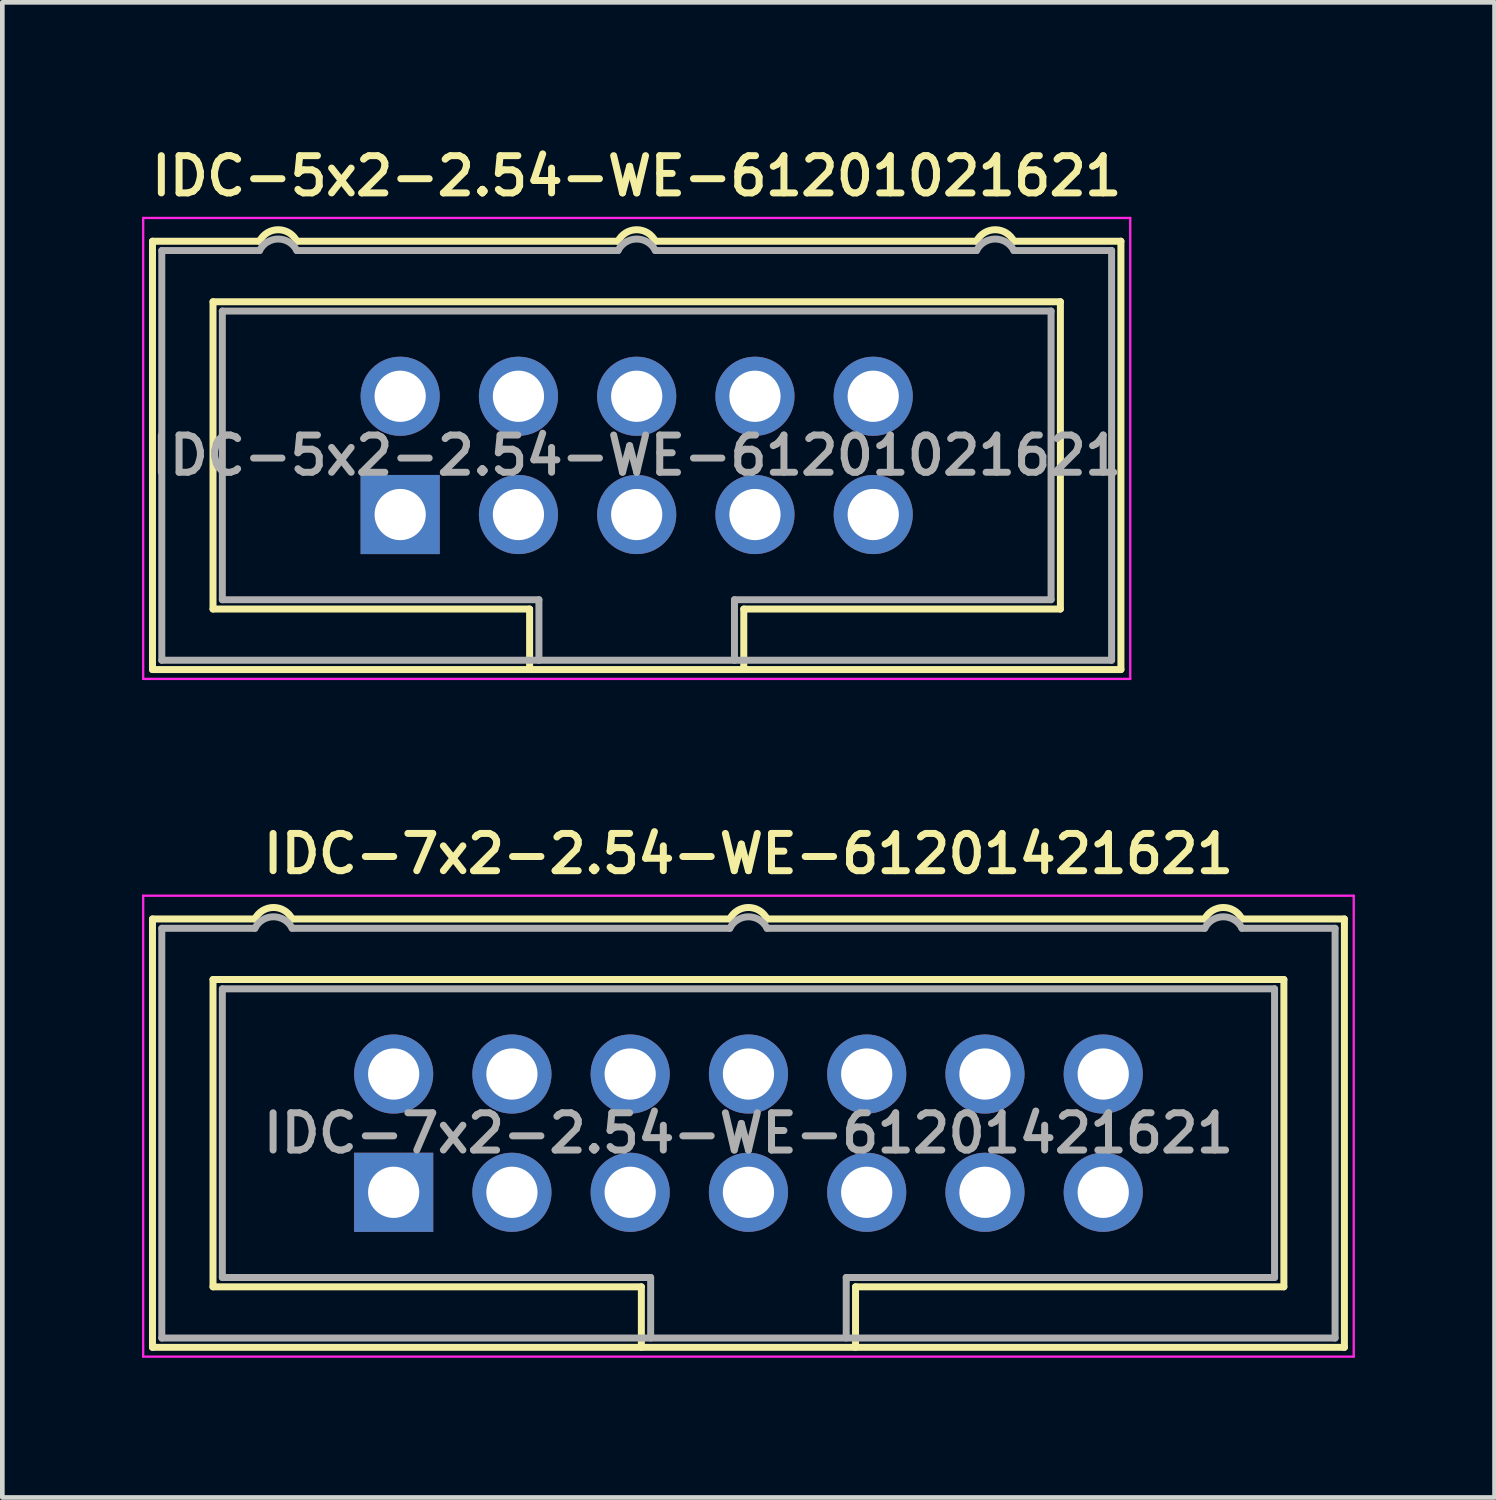
<source format=kicad_pcb>
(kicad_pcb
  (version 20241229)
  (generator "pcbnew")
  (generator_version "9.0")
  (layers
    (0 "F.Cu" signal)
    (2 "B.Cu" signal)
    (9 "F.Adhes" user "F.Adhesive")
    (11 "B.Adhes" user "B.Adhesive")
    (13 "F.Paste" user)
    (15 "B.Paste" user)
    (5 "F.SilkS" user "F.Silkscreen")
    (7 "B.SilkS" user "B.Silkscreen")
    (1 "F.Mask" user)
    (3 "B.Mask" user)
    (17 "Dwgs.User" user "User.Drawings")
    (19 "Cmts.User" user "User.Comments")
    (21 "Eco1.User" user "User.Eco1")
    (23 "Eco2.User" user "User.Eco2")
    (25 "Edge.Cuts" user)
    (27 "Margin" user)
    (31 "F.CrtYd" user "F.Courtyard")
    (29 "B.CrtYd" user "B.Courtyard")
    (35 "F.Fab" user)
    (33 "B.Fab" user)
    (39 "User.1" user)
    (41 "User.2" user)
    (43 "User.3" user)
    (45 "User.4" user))
  (footprint "IDC-5x2-2.54-WE-61201021621"
    (layer "F.Cu")
    (at 10.625 6.731)
    (property "Reference" "IDC-5x2-2.54-WE-61201021621" (at 0 -6 0) (layer "F.SilkS") (effects (font (size 0.8 0.8) (thickness 0.15))))
    (attr through_hole)
    (fp_line (start -10.4 -4.6) (end -8.1 -4.6) (stroke (width 0.15) (type solid)) (layer "F.SilkS"))
    (fp_line (start -10.4 4.6) (end -10.4 -4.6) (stroke (width 0.15) (type solid)) (layer "F.SilkS"))
    (fp_line (start -10.4 4.6) (end 10.4 4.6) (stroke (width 0.15) (type solid)) (layer "F.SilkS"))
    (fp_line (start -9.1 -3.3) (end 9.1 -3.3) (stroke (width 0.15) (type solid)) (layer "F.SilkS"))
    (fp_line (start -9.1 3.3) (end -9.1 -3.3) (stroke (width 0.15) (type solid)) (layer "F.SilkS"))
    (fp_line (start -7.3 -4.6) (end -0.4 -4.6) (stroke (width 0.15) (type solid)) (layer "F.SilkS"))
    (fp_line (start -2.3 3.3) (end -9.1 3.3) (stroke (width 0.15) (type solid)) (layer "F.SilkS"))
    (fp_line (start -2.3 4.6) (end -2.3 3.3) (stroke (width 0.15) (type solid)) (layer "F.SilkS"))
    (fp_line (start 0.4 -4.6) (end 7.3 -4.6) (stroke (width 0.15) (type solid)) (layer "F.SilkS"))
    (fp_line (start 2.3 4.6) (end 2.3 3.3) (stroke (width 0.15) (type solid)) (layer "F.SilkS"))
    (fp_line (start 8.1 -4.6) (end 10.4 -4.6) (stroke (width 0.15) (type solid)) (layer "F.SilkS"))
    (fp_line (start 9.1 -3.3) (end 9.1 3.3) (stroke (width 0.15) (type solid)) (layer "F.SilkS"))
    (fp_line (start 9.1 3.3) (end 2.3 3.3) (stroke (width 0.15) (type solid)) (layer "F.SilkS"))
    (fp_line (start 10.4 4.6) (end 10.4 -4.6) (stroke (width 0.15) (type solid)) (layer "F.SilkS"))
    (fp_arc (start -8.1 -4.6) (mid -7.7 -4.847214) (end -7.3 -4.6) (stroke (width 0.15) (type solid)) (layer "F.SilkS"))
    (fp_arc (start -0.4 -4.6) (mid 0 -4.847214) (end 0.4 -4.6) (stroke (width 0.15) (type solid)) (layer "F.SilkS"))
    (fp_arc (start 7.3 -4.6) (mid 7.7 -4.847214) (end 8.1 -4.6) (stroke (width 0.15) (type solid)) (layer "F.SilkS"))
    (fp_line (start -10.6 -5.1) (end 10.6 -5.1) (stroke (width 0.05) (type solid)) (layer "F.CrtYd"))
    (fp_line (start -10.6 4.8) (end -10.6 -5.1) (stroke (width 0.05) (type solid)) (layer "F.CrtYd"))
    (fp_line (start 10.6 -5.1) (end 10.6 4.8) (stroke (width 0.05) (type solid)) (layer "F.CrtYd"))
    (fp_line (start 10.6 4.8) (end -10.6 4.8) (stroke (width 0.05) (type solid)) (layer "F.CrtYd"))
    (fp_line (start -10.2 -4.4) (end -8.1 -4.4) (stroke (width 0.15) (type solid)) (layer "F.Fab"))
    (fp_line (start -10.2 4.4) (end -10.2 -4.4) (stroke (width 0.15) (type solid)) (layer "F.Fab"))
    (fp_line (start -10.2 4.4) (end 10.2 4.4) (stroke (width 0.15) (type solid)) (layer "F.Fab"))
    (fp_line (start -8.9 -3.1) (end -8.9 3.1) (stroke (width 0.15) (type solid)) (layer "F.Fab"))
    (fp_line (start -8.9 3.1) (end -2.1 3.1) (stroke (width 0.15) (type solid)) (layer "F.Fab"))
    (fp_line (start -7.3 -4.4) (end -0.4 -4.4) (stroke (width 0.15) (type solid)) (layer "F.Fab"))
    (fp_line (start -2.1 3.1) (end -2.1 4.4) (stroke (width 0.15) (type solid)) (layer "F.Fab"))
    (fp_line (start 0.4 -4.4) (end 7.3 -4.4) (stroke (width 0.15) (type solid)) (layer "F.Fab"))
    (fp_line (start 2.1 3.1) (end 8.9 3.1) (stroke (width 0.15) (type solid)) (layer "F.Fab"))
    (fp_line (start 2.1 4.4) (end 2.1 3.1) (stroke (width 0.15) (type solid)) (layer "F.Fab"))
    (fp_line (start 8.1 -4.4) (end 10.2 -4.4) (stroke (width 0.15) (type solid)) (layer "F.Fab"))
    (fp_line (start 8.9 -3.1) (end -8.9 -3.1) (stroke (width 0.15) (type solid)) (layer "F.Fab"))
    (fp_line (start 8.9 3.1) (end 8.9 -3.1) (stroke (width 0.15) (type solid)) (layer "F.Fab"))
    (fp_line (start 10.2 -4.4) (end 10.2 4.4) (stroke (width 0.15) (type solid)) (layer "F.Fab"))
    (fp_arc (start -8.1 -4.4) (mid -7.700273 -4.647214) (end -7.300244 -4.400488) (stroke (width 0.15) (type solid)) (layer "F.Fab"))
    (fp_arc (start -0.4 -4.4) (mid -0.000273 -4.647214) (end 0.399756 -4.400488) (stroke (width 0.15) (type solid)) (layer "F.Fab"))
    (fp_arc (start 7.3 -4.4) (mid 7.699727 -4.647214) (end 8.099756 -4.400488) (stroke (width 0.15) (type solid)) (layer "F.Fab"))
    (fp_text user "${REFERENCE}" (at 0 0 0) (layer "F.Fab") (effects (font (size 0.8 0.8) (thickness 0.15))))
    (pad "1" thru_hole rect (at -5.08 1.27) (size 1.7 1.7) (drill 1.1) (layers "*.Cu" "*.Mask"))
    (pad "2" thru_hole circle (at -5.08 -1.27) (size 1.7 1.7) (drill 1.1) (layers "*.Cu" "*.Mask"))
    (pad "3" thru_hole circle (at -2.54 1.27) (size 1.7 1.7) (drill 1.1) (layers "*.Cu" "*.Mask"))
    (pad "4" thru_hole circle (at -2.54 -1.27) (size 1.7 1.7) (drill 1.1) (layers "*.Cu" "*.Mask"))
    (pad "5" thru_hole circle (at 0 1.27) (size 1.7 1.7) (drill 1.1) (layers "*.Cu" "*.Mask"))
    (pad "6" thru_hole circle (at 0 -1.27) (size 1.7 1.7) (drill 1.1) (layers "*.Cu" "*.Mask"))
    (pad "7" thru_hole circle (at 2.54 1.27) (size 1.7 1.7) (drill 1.1) (layers "*.Cu" "*.Mask"))
    (pad "8" thru_hole circle (at 2.54 -1.27) (size 1.7 1.7) (drill 1.1) (layers "*.Cu" "*.Mask"))
    (pad "9" thru_hole circle (at 5.08 1.27) (size 1.7 1.7) (drill 1.1) (layers "*.Cu" "*.Mask"))
    (pad "10" thru_hole circle (at 5.08 -1.27) (size 1.7 1.7) (drill 1.1) (layers "*.Cu" "*.Mask")))
  (footprint "IDC-7x2-2.54-WE-61201421621"
    (layer "F.Cu")
    (at 13.025 21.288)
    (property "Reference" "IDC-7x2-2.54-WE-61201421621" (at 0 -6 0) (layer "F.SilkS") (effects (font (size 0.8 0.8) (thickness 0.15))))
    (attr through_hole)
    (fp_line (start -12.8 -4.6) (end -10.6 -4.6) (stroke (width 0.15) (type solid)) (layer "F.SilkS"))
    (fp_line (start -12.8 4.6) (end -12.8 -4.6) (stroke (width 0.15) (type solid)) (layer "F.SilkS"))
    (fp_line (start -12.8 4.6) (end 12.8 4.6) (stroke (width 0.15) (type solid)) (layer "F.SilkS"))
    (fp_line (start -11.5 -3.3) (end 11.5 -3.3) (stroke (width 0.15) (type solid)) (layer "F.SilkS"))
    (fp_line (start -11.5 3.3) (end -11.5 -3.3) (stroke (width 0.15) (type solid)) (layer "F.SilkS"))
    (fp_line (start -9.8 -4.6) (end -0.4 -4.6) (stroke (width 0.15) (type solid)) (layer "F.SilkS"))
    (fp_line (start -2.3 3.3) (end -11.5 3.3) (stroke (width 0.15) (type solid)) (layer "F.SilkS"))
    (fp_line (start -2.3 4.6) (end -2.3 3.3) (stroke (width 0.15) (type solid)) (layer "F.SilkS"))
    (fp_line (start 0.4 -4.6) (end 9.8 -4.6) (stroke (width 0.15) (type solid)) (layer "F.SilkS"))
    (fp_line (start 2.3 4.6) (end 2.3 3.3) (stroke (width 0.15) (type solid)) (layer "F.SilkS"))
    (fp_line (start 10.6 -4.6) (end 12.8 -4.6) (stroke (width 0.15) (type solid)) (layer "F.SilkS"))
    (fp_line (start 11.5 -3.3) (end 11.5 3.3) (stroke (width 0.15) (type solid)) (layer "F.SilkS"))
    (fp_line (start 11.5 3.3) (end 2.3 3.3) (stroke (width 0.15) (type solid)) (layer "F.SilkS"))
    (fp_line (start 12.8 4.6) (end 12.8 -4.6) (stroke (width 0.15) (type solid)) (layer "F.SilkS"))
    (fp_arc (start -10.6 -4.6) (mid -10.2 -4.847214) (end -9.8 -4.6) (stroke (width 0.15) (type solid)) (layer "F.SilkS"))
    (fp_arc (start -0.4 -4.6) (mid 0 -4.847214) (end 0.4 -4.6) (stroke (width 0.15) (type solid)) (layer "F.SilkS"))
    (fp_arc (start 9.8 -4.6) (mid 10.2 -4.847214) (end 10.6 -4.6) (stroke (width 0.15) (type solid)) (layer "F.SilkS"))
    (fp_line (start -13 -5.1) (end 13 -5.1) (stroke (width 0.05) (type solid)) (layer "F.CrtYd"))
    (fp_line (start -13 4.8) (end -13 -5.1) (stroke (width 0.05) (type solid)) (layer "F.CrtYd"))
    (fp_line (start 13 -5.1) (end 13 4.8) (stroke (width 0.05) (type solid)) (layer "F.CrtYd"))
    (fp_line (start 13 4.8) (end -13 4.8) (stroke (width 0.05) (type solid)) (layer "F.CrtYd"))
    (fp_line (start -12.6 -4.4) (end -10.6 -4.4) (stroke (width 0.15) (type solid)) (layer "F.Fab"))
    (fp_line (start -12.6 4.4) (end -12.6 -4.4) (stroke (width 0.15) (type solid)) (layer "F.Fab"))
    (fp_line (start -12.6 4.4) (end 12.6 4.4) (stroke (width 0.15) (type solid)) (layer "F.Fab"))
    (fp_line (start -11.3 -3.1) (end -11.3 3.1) (stroke (width 0.15) (type solid)) (layer "F.Fab"))
    (fp_line (start -11.3 3.1) (end -2.1 3.1) (stroke (width 0.15) (type solid)) (layer "F.Fab"))
    (fp_line (start -9.8 -4.4) (end -0.4 -4.4) (stroke (width 0.15) (type solid)) (layer "F.Fab"))
    (fp_line (start -2.1 3.1) (end -2.1 4.4) (stroke (width 0.15) (type solid)) (layer "F.Fab"))
    (fp_line (start 0.4 -4.4) (end 9.8 -4.4) (stroke (width 0.15) (type solid)) (layer "F.Fab"))
    (fp_line (start 2.1 3.1) (end 11.3 3.1) (stroke (width 0.15) (type solid)) (layer "F.Fab"))
    (fp_line (start 2.1 4.4) (end 2.1 3.1) (stroke (width 0.15) (type solid)) (layer "F.Fab"))
    (fp_line (start 10.6 -4.4) (end 12.6 -4.4) (stroke (width 0.15) (type solid)) (layer "F.Fab"))
    (fp_line (start 11.3 -3.1) (end -11.3 -3.1) (stroke (width 0.15) (type solid)) (layer "F.Fab"))
    (fp_line (start 11.3 3.1) (end 11.3 -3.1) (stroke (width 0.15) (type solid)) (layer "F.Fab"))
    (fp_line (start 12.6 -4.4) (end 12.6 4.4) (stroke (width 0.15) (type solid)) (layer "F.Fab"))
    (fp_arc (start -10.6 -4.4) (mid -10.200273 -4.647214) (end -9.800244 -4.400488) (stroke (width 0.15) (type solid)) (layer "F.Fab"))
    (fp_arc (start -0.4 -4.4) (mid -0.000273 -4.647214) (end 0.399756 -4.400488) (stroke (width 0.15) (type solid)) (layer "F.Fab"))
    (fp_arc (start 9.800244 -4.4) (mid 10.199971 -4.647214) (end 10.6 -4.400488) (stroke (width 0.15) (type solid)) (layer "F.Fab"))
    (fp_text user "${REFERENCE}" (at 0 0 0) (layer "F.Fab") (effects (font (size 0.8 0.8) (thickness 0.15))))
    (pad "1" thru_hole rect (at -7.62 1.27) (size 1.7 1.7) (drill 1.1) (layers "*.Cu" "*.Mask"))
    (pad "2" thru_hole circle (at -7.62 -1.27) (size 1.7 1.7) (drill 1.1) (layers "*.Cu" "*.Mask"))
    (pad "3" thru_hole circle (at -5.08 1.27) (size 1.7 1.7) (drill 1.1) (layers "*.Cu" "*.Mask"))
    (pad "4" thru_hole circle (at -5.08 -1.27) (size 1.7 1.7) (drill 1.1) (layers "*.Cu" "*.Mask"))
    (pad "5" thru_hole circle (at -2.54 1.27) (size 1.7 1.7) (drill 1.1) (layers "*.Cu" "*.Mask"))
    (pad "6" thru_hole circle (at -2.54 -1.27) (size 1.7 1.7) (drill 1.1) (layers "*.Cu" "*.Mask"))
    (pad "7" thru_hole circle (at 0 1.27) (size 1.7 1.7) (drill 1.1) (layers "*.Cu" "*.Mask"))
    (pad "8" thru_hole circle (at 0 -1.27) (size 1.7 1.7) (drill 1.1) (layers "*.Cu" "*.Mask"))
    (pad "9" thru_hole circle (at 2.54 1.27) (size 1.7 1.7) (drill 1.1) (layers "*.Cu" "*.Mask"))
    (pad "10" thru_hole circle (at 2.54 -1.27) (size 1.7 1.7) (drill 1.1) (layers "*.Cu" "*.Mask"))
    (pad "11" thru_hole circle (at 5.08 1.27) (size 1.7 1.7) (drill 1.1) (layers "*.Cu" "*.Mask"))
    (pad "12" thru_hole circle (at 5.08 -1.27) (size 1.7 1.7) (drill 1.1) (layers "*.Cu" "*.Mask"))
    (pad "13" thru_hole circle (at 7.62 1.27) (size 1.7 1.7) (drill 1.1) (layers "*.Cu" "*.Mask"))
    (pad "16" thru_hole circle (at 7.62 -1.27) (size 1.7 1.7) (drill 1.1) (layers "*.Cu" "*.Mask")))
  (gr_rect
    (start -3 -3)
    (end 29.05 29.113)
    (stroke (width 0.1) (type default))
    (fill no)
    (layer "Edge.Cuts")))
</source>
